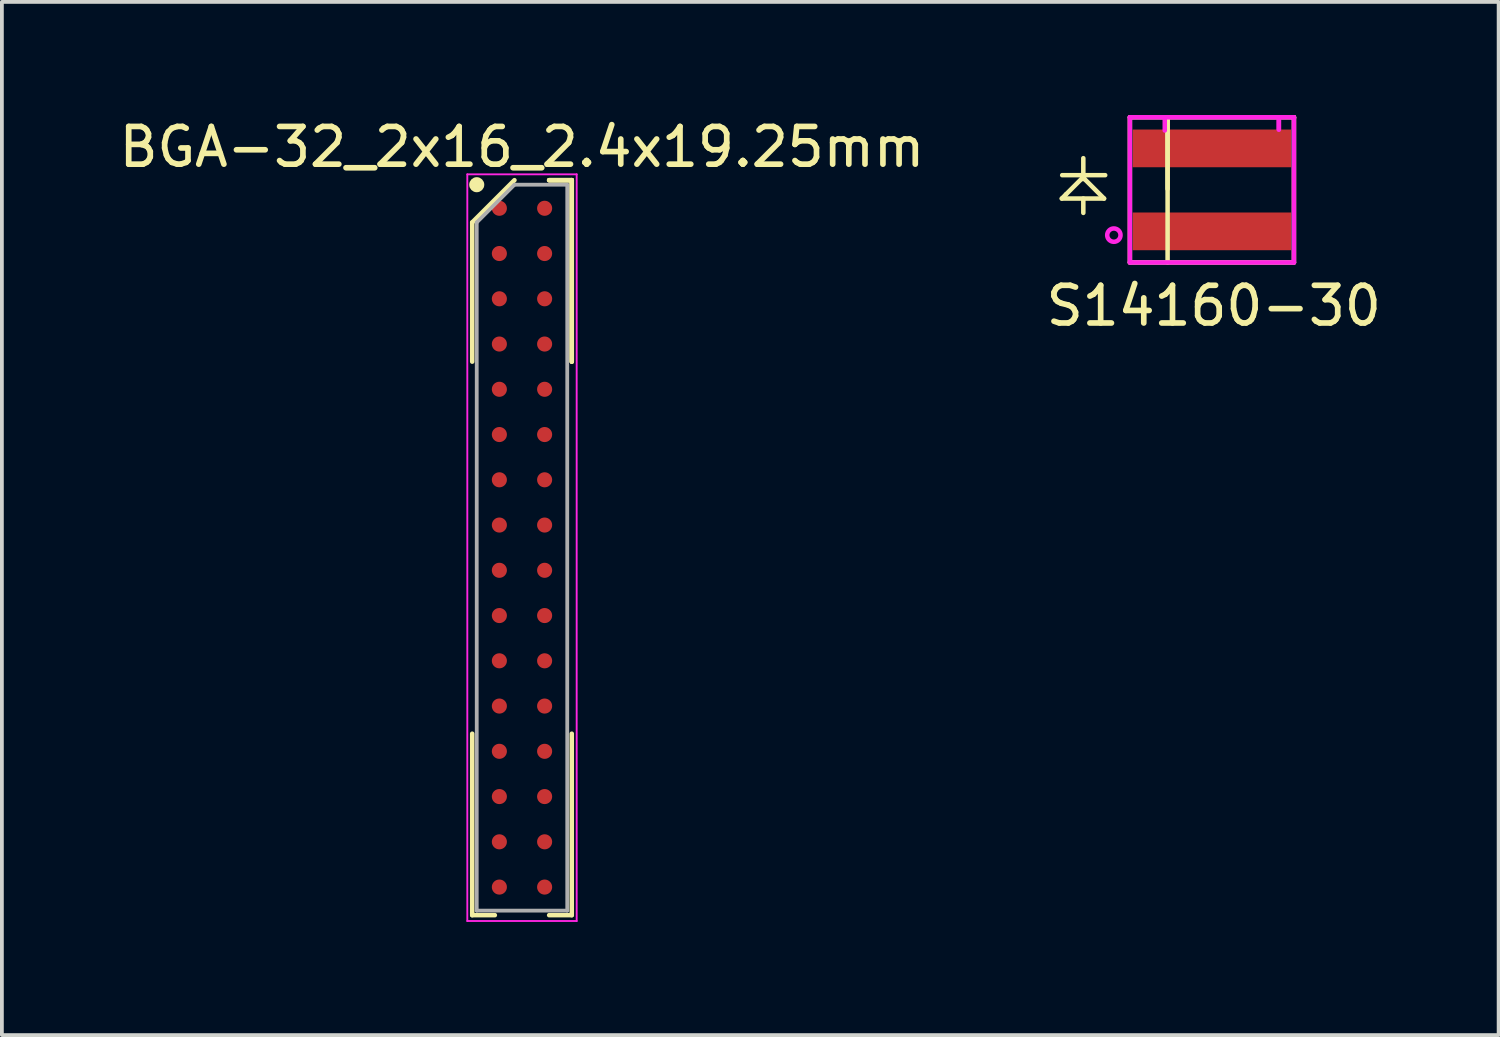
<source format=kicad_pcb>
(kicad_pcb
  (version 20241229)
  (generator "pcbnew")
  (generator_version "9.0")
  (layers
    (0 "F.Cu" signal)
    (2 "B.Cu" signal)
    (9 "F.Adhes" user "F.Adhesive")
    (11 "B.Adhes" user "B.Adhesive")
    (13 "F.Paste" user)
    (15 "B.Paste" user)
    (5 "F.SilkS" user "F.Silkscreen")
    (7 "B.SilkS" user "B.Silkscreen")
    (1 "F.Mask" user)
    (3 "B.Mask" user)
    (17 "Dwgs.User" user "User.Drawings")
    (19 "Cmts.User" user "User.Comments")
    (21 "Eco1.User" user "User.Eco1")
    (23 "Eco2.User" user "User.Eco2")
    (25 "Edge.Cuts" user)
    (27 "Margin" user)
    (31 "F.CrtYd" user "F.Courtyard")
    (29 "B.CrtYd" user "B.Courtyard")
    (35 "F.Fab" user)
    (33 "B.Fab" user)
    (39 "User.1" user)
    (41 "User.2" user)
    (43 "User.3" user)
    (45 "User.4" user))
  (footprint "S14160-30"
    (layer "F.Cu")
    (at 29.337 1.985)
    (property "Reference" "S14160-30" (at -0.2 3.075 0) (unlocked yes) (layer "F.SilkS") (effects (font (size 1 1) (thickness 0.15))))
    (attr through_hole)
    (fp_line (start -4.23 0.23) (end -3.11 0.23) (stroke (width 0.12) (type solid)) (layer "F.SilkS"))
    (fp_line (start -4.22 -0.39) (end -3.08 -0.39) (stroke (width 0.12) (type solid)) (layer "F.SilkS"))
    (fp_line (start -4.12 0.12) (end -4.23 0.23) (stroke (width 0.12) (type solid)) (layer "F.SilkS"))
    (fp_line (start -3.67 -0.33) (end -4.12 0.12) (stroke (width 0.12) (type solid)) (layer "F.SilkS"))
    (fp_line (start -3.66 -0.84) (end -3.66 -0.44) (stroke (width 0.12) (type solid)) (layer "F.SilkS"))
    (fp_line (start -3.66 0.23) (end -3.66 0.61) (stroke (width 0.12) (type solid)) (layer "F.SilkS"))
    (fp_line (start -3.63 -0.29) (end -3.7 -0.29) (stroke (width 0.12) (type solid)) (layer "F.SilkS"))
    (fp_line (start -3.11 0.23) (end -3.63 -0.29) (stroke (width 0.12) (type solid)) (layer "F.SilkS"))
    (fp_line (start -2.425 -1.925) (end -2.425 1.925) (stroke (width 0.12) (type solid)) (layer "F.SilkS"))
    (fp_line (start -2.425 1.925) (end 1.925 1.925) (stroke (width 0.12) (type solid)) (layer "F.SilkS"))
    (fp_line (start -1.425 -1.85) (end -1.425 1.925) (stroke (width 0.12) (type solid)) (layer "F.SilkS"))
    (fp_line (start -1.425 -0.025) (end -1.425 -1.85) (stroke (width 0.12) (type solid)) (layer "F.SilkS"))
    (fp_line (start 1.925 -1.925) (end -2.425 -1.925) (stroke (width 0.12) (type solid)) (layer "F.SilkS"))
    (fp_line (start 1.925 -1.925) (end 1.925 -1.9) (stroke (width 0.12) (type solid)) (layer "F.SilkS"))
    (fp_line (start 1.925 1.925) (end 1.925 -1.925) (stroke (width 0.12) (type solid)) (layer "F.SilkS"))
    (fp_line (start -2.425 -1.925) (end 1.925 -1.925) (stroke (width 0.12) (type solid)) (layer "F.CrtYd"))
    (fp_line (start -2.425 1.925) (end -2.425 -1.925) (stroke (width 0.12) (type solid)) (layer "F.CrtYd"))
    (fp_line (start -1.5 -1.925) (end -1.5 -1.575) (stroke (width 0.12) (type solid)) (layer "F.CrtYd"))
    (fp_line (start 1.525 -1.85) (end 1.525 -1.6) (stroke (width 0.12) (type solid)) (layer "F.CrtYd"))
    (fp_line (start 1.525 -1.6) (end 1.525 -1.925) (stroke (width 0.12) (type solid)) (layer "F.CrtYd"))
    (fp_line (start 1.925 -1.925) (end 1.925 1.925) (stroke (width 0.12) (type solid)) (layer "F.CrtYd"))
    (fp_line (start 1.925 1.925) (end -2.425 1.925) (stroke (width 0.12) (type solid)) (layer "F.CrtYd"))
    (fp_circle (center -2.85 1.2) (end -2.725 1.325) (stroke (width 0.12) (type solid)) (fill no) (layer "F.CrtYd"))
    (pad "1" smd rect (at -0.25 1.1) (size 4.2 1) (layers "F.Cu" "F.Mask" "F.Paste"))
    (pad "2" smd rect (at -0.25 -1.1) (size 4.2 1) (layers "F.Cu" "F.Mask" "F.Paste")))
  (footprint "BGA-32_2x16_2.4x19.25mm"
    (layer "F.Cu")
    (at 10.792 11.473)
    (property "Reference" "BGA-32_2x16_2.4x19.25mm" (at 0 -10.625 0) (layer "F.SilkS") (effects (font (size 1 1) (thickness 0.15))))
    (attr through_hole)
    (fp_line (start -1.32 -8.625) (end -1.32 -4.933) (stroke (width 0.12) (type solid)) (layer "F.SilkS"))
    (fp_line (start -1.32 9.745) (end -1.32 4.933) (stroke (width 0.12) (type solid)) (layer "F.SilkS"))
    (fp_line (start -0.72 9.745) (end -1.32 9.745) (stroke (width 0.12) (type solid)) (layer "F.SilkS"))
    (fp_line (start -0.2 -9.745) (end -1.32 -8.625) (stroke (width 0.12) (type solid)) (layer "F.SilkS"))
    (fp_line (start 0.72 -9.745) (end 1.32 -9.745) (stroke (width 0.12) (type solid)) (layer "F.SilkS"))
    (fp_line (start 0.72 -9.745) (end 1.32 -9.745) (stroke (width 0.12) (type solid)) (layer "F.SilkS"))
    (fp_line (start 0.72 -9.745) (end 1.32 -9.745) (stroke (width 0.12) (type solid)) (layer "F.SilkS"))
    (fp_line (start 0.72 9.745) (end 1.32 9.745) (stroke (width 0.12) (type solid)) (layer "F.SilkS"))
    (fp_line (start 1.32 -9.745) (end 1.32 -4.933) (stroke (width 0.12) (type solid)) (layer "F.SilkS"))
    (fp_line (start 1.32 -9.745) (end 1.32 -4.933) (stroke (width 0.12) (type solid)) (layer "F.SilkS"))
    (fp_line (start 1.32 -9.745) (end 1.32 -4.933) (stroke (width 0.12) (type solid)) (layer "F.SilkS"))
    (fp_line (start 1.32 9.745) (end 1.32 4.933) (stroke (width 0.12) (type solid)) (layer "F.SilkS"))
    (fp_circle (center -1.2 -9.625) (end -1.2 -9.525) (stroke (width 0.2) (type solid)) (fill no) (layer "F.SilkS"))
    (fp_line (start -1.45 -9.9) (end 1.45 -9.9) (stroke (width 0.05) (type solid)) (layer "F.CrtYd"))
    (fp_line (start -1.45 9.9) (end -1.45 -9.9) (stroke (width 0.05) (type solid)) (layer "F.CrtYd"))
    (fp_line (start 1.45 -9.9) (end 1.45 9.9) (stroke (width 0.05) (type solid)) (layer "F.CrtYd"))
    (fp_line (start 1.45 9.9) (end -1.45 9.9) (stroke (width 0.05) (type solid)) (layer "F.CrtYd"))
    (fp_line (start -1.2 -8.625) (end -1.2 9.625) (stroke (width 0.1) (type solid)) (layer "F.Fab"))
    (fp_line (start -1.2 9.625) (end 1.2 9.625) (stroke (width 0.1) (type solid)) (layer "F.Fab"))
    (fp_line (start -0.2 -9.625) (end -1.2 -8.625) (stroke (width 0.1) (type solid)) (layer "F.Fab"))
    (fp_line (start 1.2 -9.625) (end -0.2 -9.625) (stroke (width 0.1) (type solid)) (layer "F.Fab"))
    (fp_line (start 1.2 9.625) (end 1.2 -9.625) (stroke (width 0.1) (type solid)) (layer "F.Fab"))
    (pad "A1" smd circle (at -0.6 -9) (size 0.4 0.4) (layers "F.Cu" "F.Mask" "F.Paste"))
    (pad "A2" smd circle (at 0.6 -9) (size 0.4 0.4) (layers "F.Cu" "F.Mask" "F.Paste"))
    (pad "B1" smd circle (at -0.6 -7.8) (size 0.4 0.4) (layers "F.Cu" "F.Mask" "F.Paste"))
    (pad "B2" smd circle (at 0.6 -7.8) (size 0.4 0.4) (layers "F.Cu" "F.Mask" "F.Paste"))
    (pad "C1" smd circle (at -0.6 -6.6) (size 0.4 0.4) (layers "F.Cu" "F.Mask" "F.Paste"))
    (pad "C2" smd circle (at 0.6 -6.6) (size 0.4 0.4) (layers "F.Cu" "F.Mask" "F.Paste"))
    (pad "D1" smd circle (at -0.6 -5.4) (size 0.4 0.4) (layers "F.Cu" "F.Mask" "F.Paste"))
    (pad "D2" smd circle (at 0.6 -5.4) (size 0.4 0.4) (layers "F.Cu" "F.Mask" "F.Paste"))
    (pad "E1" smd circle (at -0.6 -4.2) (size 0.4 0.4) (layers "F.Cu" "F.Mask" "F.Paste"))
    (pad "E2" smd circle (at 0.6 -4.2) (size 0.4 0.4) (layers "F.Cu" "F.Mask" "F.Paste"))
    (pad "F1" smd circle (at -0.6 -3) (size 0.4 0.4) (layers "F.Cu" "F.Mask" "F.Paste"))
    (pad "F2" smd circle (at 0.6 -3) (size 0.4 0.4) (layers "F.Cu" "F.Mask" "F.Paste"))
    (pad "G1" smd circle (at -0.6 -1.8) (size 0.4 0.4) (layers "F.Cu" "F.Mask" "F.Paste"))
    (pad "G2" smd circle (at 0.6 -1.8) (size 0.4 0.4) (layers "F.Cu" "F.Mask" "F.Paste"))
    (pad "H1" smd circle (at -0.6 -0.6) (size 0.4 0.4) (layers "F.Cu" "F.Mask" "F.Paste"))
    (pad "H2" smd circle (at 0.6 -0.6) (size 0.4 0.4) (layers "F.Cu" "F.Mask" "F.Paste"))
    (pad "J1" smd circle (at -0.6 0.6) (size 0.4 0.4) (layers "F.Cu" "F.Mask" "F.Paste"))
    (pad "J2" smd circle (at 0.6 0.6) (size 0.4 0.4) (layers "F.Cu" "F.Mask" "F.Paste"))
    (pad "K1" smd circle (at -0.6 1.8) (size 0.4 0.4) (layers "F.Cu" "F.Mask" "F.Paste"))
    (pad "K2" smd circle (at 0.6 1.8) (size 0.4 0.4) (layers "F.Cu" "F.Mask" "F.Paste"))
    (pad "L1" smd circle (at -0.6 3) (size 0.4 0.4) (layers "F.Cu" "F.Mask" "F.Paste"))
    (pad "L2" smd circle (at 0.6 3) (size 0.4 0.4) (layers "F.Cu" "F.Mask" "F.Paste"))
    (pad "M1" smd circle (at -0.6 4.2) (size 0.4 0.4) (layers "F.Cu" "F.Mask" "F.Paste"))
    (pad "M2" smd circle (at 0.6 4.2) (size 0.4 0.4) (layers "F.Cu" "F.Mask" "F.Paste"))
    (pad "N1" smd circle (at -0.6 5.4) (size 0.4 0.4) (layers "F.Cu" "F.Mask" "F.Paste"))
    (pad "N2" smd circle (at 0.6 5.4) (size 0.4 0.4) (layers "F.Cu" "F.Mask" "F.Paste"))
    (pad "P1" smd circle (at -0.6 6.6) (size 0.4 0.4) (layers "F.Cu" "F.Mask" "F.Paste"))
    (pad "P2" smd circle (at 0.6 6.6) (size 0.4 0.4) (layers "F.Cu" "F.Mask" "F.Paste"))
    (pad "R1" smd circle (at -0.6 7.8) (size 0.4 0.4) (layers "F.Cu" "F.Mask" "F.Paste"))
    (pad "R2" smd circle (at 0.6 7.8) (size 0.4 0.4) (layers "F.Cu" "F.Mask" "F.Paste"))
    (pad "T1" smd circle (at -0.6 9) (size 0.4 0.4) (layers "F.Cu" "F.Mask" "F.Paste"))
    (pad "T2" smd circle (at 0.6 9) (size 0.4 0.4) (layers "F.Cu" "F.Mask" "F.Paste")))
  (gr_rect
    (start -3 -3)
    (end 36.69 24.398)
    (stroke (width 0.1) (type default))
    (fill no)
    (layer "Edge.Cuts")))
</source>
